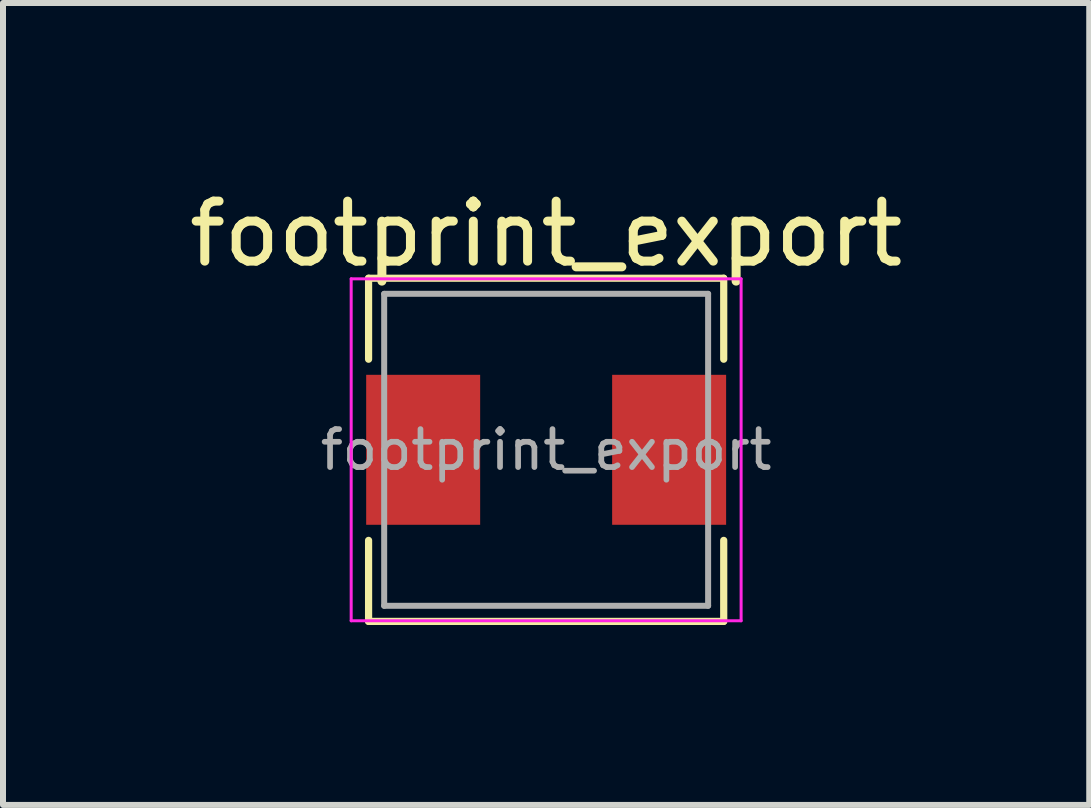
<source format=kicad_pcb>
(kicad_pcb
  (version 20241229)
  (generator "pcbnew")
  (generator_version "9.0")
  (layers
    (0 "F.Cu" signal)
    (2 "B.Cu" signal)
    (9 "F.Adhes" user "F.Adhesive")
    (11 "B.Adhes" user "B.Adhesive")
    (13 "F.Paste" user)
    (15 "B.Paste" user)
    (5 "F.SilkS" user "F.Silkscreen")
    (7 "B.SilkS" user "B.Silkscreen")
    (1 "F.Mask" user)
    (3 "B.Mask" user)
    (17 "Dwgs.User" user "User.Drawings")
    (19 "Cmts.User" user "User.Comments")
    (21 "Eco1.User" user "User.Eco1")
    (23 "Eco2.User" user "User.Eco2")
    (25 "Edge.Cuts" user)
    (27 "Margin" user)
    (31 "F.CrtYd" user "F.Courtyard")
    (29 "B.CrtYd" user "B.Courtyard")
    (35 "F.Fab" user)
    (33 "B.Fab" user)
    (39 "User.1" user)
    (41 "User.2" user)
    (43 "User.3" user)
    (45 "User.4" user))
  (footprint "footprint_export"
    (layer "F.Cu")
    (at 6.054 4.448)
    (property "Reference" "footprint_export" (at 0 -3.6 0) (layer "F.SilkS") (effects (font (size 1 1) (thickness 0.15))))
    (attr smd)
    (fp_line (start -2.96 -2.86) (end -2.96 -1.51) (stroke (width 0.12) (type solid)) (layer "F.SilkS"))
    (fp_line (start -2.96 -2.86) (end 2.96 -2.86) (stroke (width 0.12) (type solid)) (layer "F.SilkS"))
    (fp_line (start -2.96 2.86) (end -2.96 1.51) (stroke (width 0.12) (type solid)) (layer "F.SilkS"))
    (fp_line (start -2.96 2.86) (end 2.96 2.86) (stroke (width 0.12) (type solid)) (layer "F.SilkS"))
    (fp_line (start 2.96 -2.86) (end 2.96 -1.51) (stroke (width 0.12) (type solid)) (layer "F.SilkS"))
    (fp_line (start 2.96 2.86) (end 2.96 1.51) (stroke (width 0.12) (type solid)) (layer "F.SilkS"))
    (fp_line (start -3.25 -2.85) (end -3.25 2.85) (stroke (width 0.05) (type solid)) (layer "F.CrtYd"))
    (fp_line (start -3.25 2.85) (end 3.25 2.85) (stroke (width 0.05) (type solid)) (layer "F.CrtYd"))
    (fp_line (start 3.25 -2.85) (end -3.25 -2.85) (stroke (width 0.05) (type solid)) (layer "F.CrtYd"))
    (fp_line (start 3.25 2.85) (end 3.25 -2.85) (stroke (width 0.05) (type solid)) (layer "F.CrtYd"))
    (fp_line (start -2.7 -2.6) (end -2.7 2.6) (stroke (width 0.1) (type solid)) (layer "F.Fab"))
    (fp_line (start -2.7 2.6) (end 2.7 2.6) (stroke (width 0.1) (type solid)) (layer "F.Fab"))
    (fp_line (start 2.7 -2.6) (end -2.7 -2.6) (stroke (width 0.1) (type solid)) (layer "F.Fab"))
    (fp_line (start 2.7 2.6) (end 2.7 -2.6) (stroke (width 0.1) (type solid)) (layer "F.Fab"))
    (fp_text user "${REFERENCE}" (at 0 0 0) (layer "F.Fab") (effects (font (size 0.633 0.633) (thickness 0.095))))
    (pad "1" smd rect (at -2.05 0) (size 1.9 2.5) (layers "F.Cu" "F.Mask" "F.Paste"))
    (pad "2" smd rect (at 2.05 0) (size 1.9 2.5) (layers "F.Cu" "F.Mask" "F.Paste")))
  (gr_rect
    (start -3 -3)
    (end 15.107 10.368)
    (stroke (width 0.1) (type default))
    (fill no)
    (layer "Edge.Cuts")))
</source>
